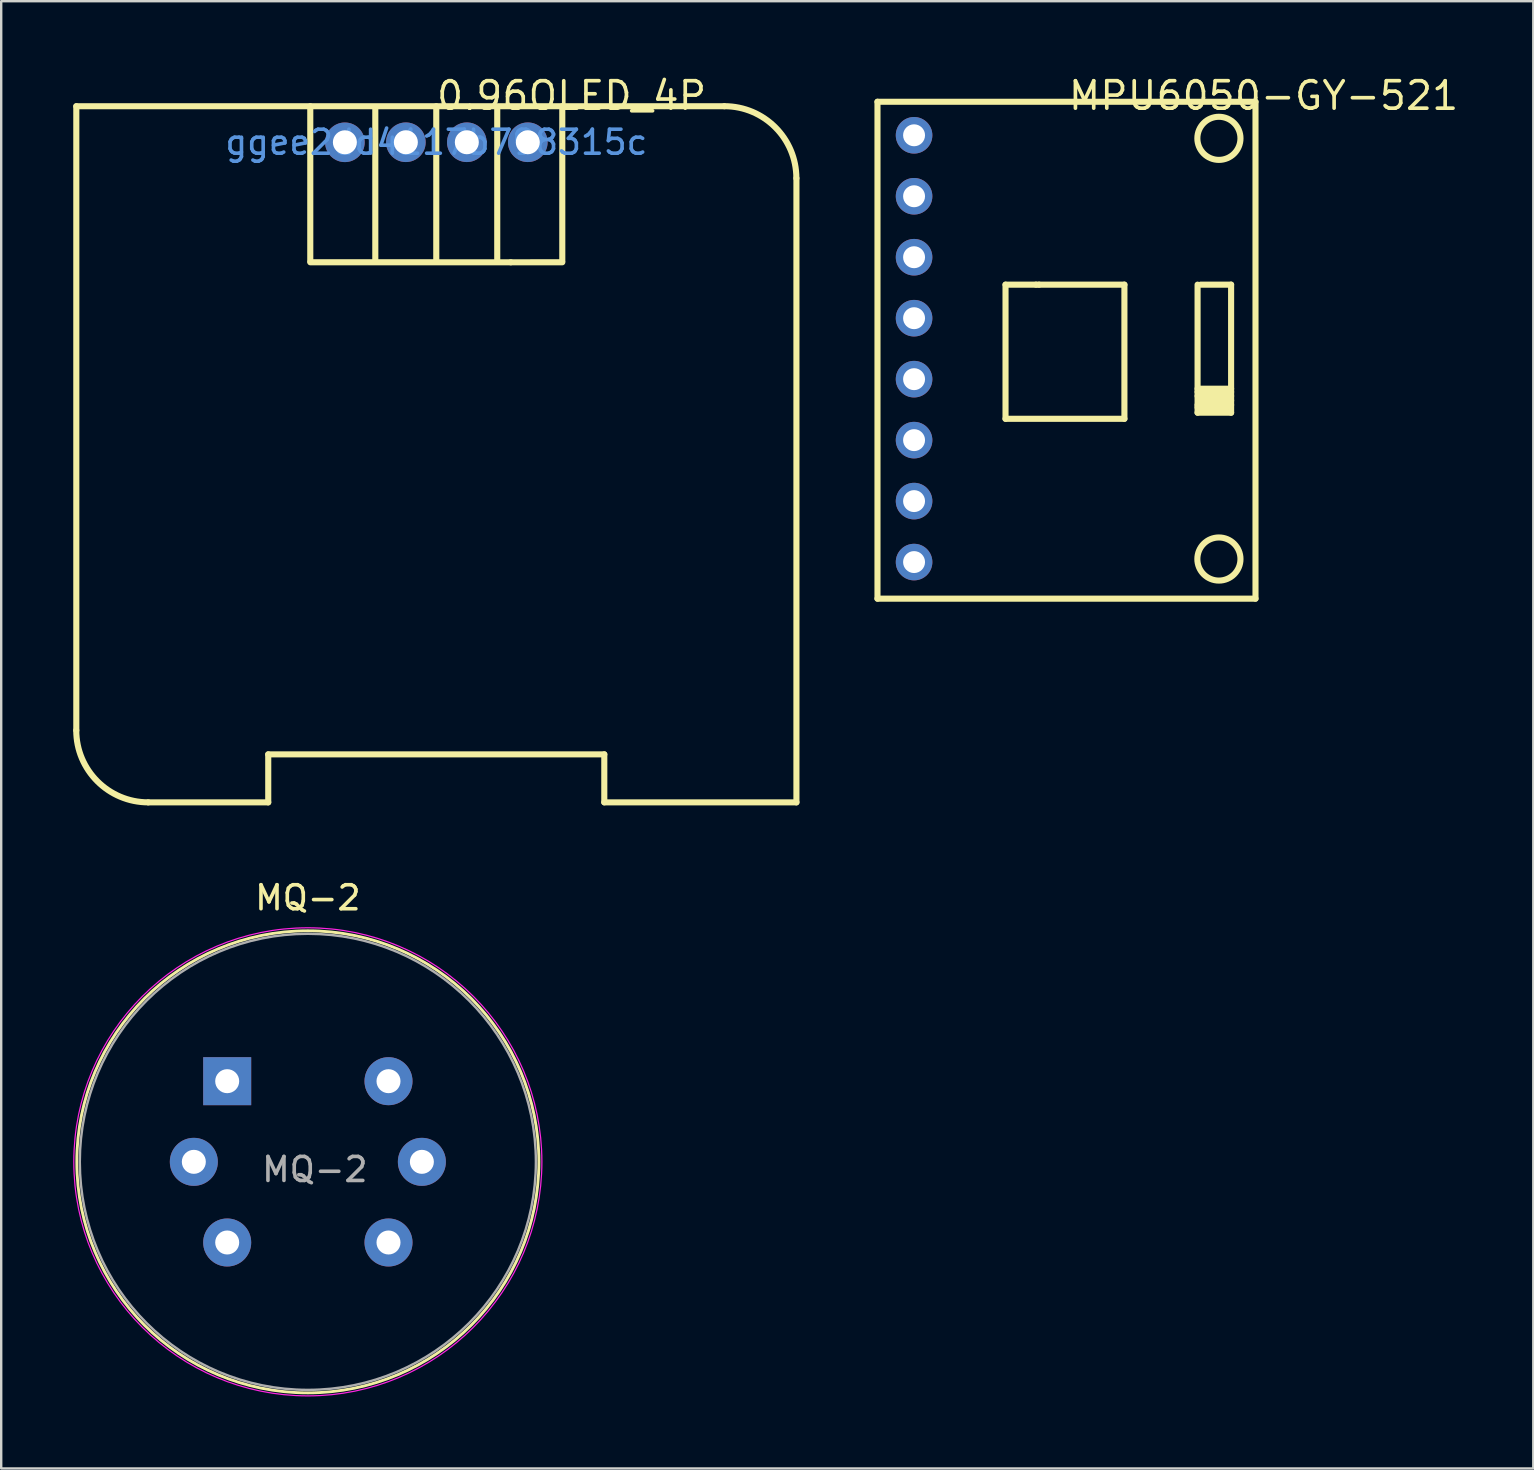
<source format=kicad_pcb>
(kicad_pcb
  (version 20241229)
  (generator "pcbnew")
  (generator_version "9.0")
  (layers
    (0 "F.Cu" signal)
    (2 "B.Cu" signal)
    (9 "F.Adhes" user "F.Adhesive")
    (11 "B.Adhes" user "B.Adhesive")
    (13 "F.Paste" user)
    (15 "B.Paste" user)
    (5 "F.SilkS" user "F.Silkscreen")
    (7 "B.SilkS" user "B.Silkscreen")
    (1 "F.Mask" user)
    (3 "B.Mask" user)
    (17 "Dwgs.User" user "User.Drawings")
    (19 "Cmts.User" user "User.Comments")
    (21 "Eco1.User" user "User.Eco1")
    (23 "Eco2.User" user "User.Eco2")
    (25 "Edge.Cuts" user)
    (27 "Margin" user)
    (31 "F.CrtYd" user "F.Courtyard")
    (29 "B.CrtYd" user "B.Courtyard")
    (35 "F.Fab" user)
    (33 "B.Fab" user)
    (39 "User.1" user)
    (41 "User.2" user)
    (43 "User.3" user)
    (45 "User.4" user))
  (footprint "MPU6050-GY-521"
    (layer "F.Cu")
    (at 33.506 1.189)
    (property "Reference" "MPU6050-GY-521" (at 7.874 -0.254 0) (layer "F.SilkS") (effects (font (size 1.143 1.143) (thickness 0.152)) (justify left)))
    (attr through_hole)
    (fp_line (start 0 0) (end 15.748 0) (stroke (width 0.254) (type solid)) (layer "F.SilkS"))
    (fp_line (start 0 20.701) (end 0 0) (stroke (width 0.254) (type solid)) (layer "F.SilkS"))
    (fp_line (start 5.334 7.62) (end 5.334 13.208) (stroke (width 0.254) (type solid)) (layer "F.SilkS"))
    (fp_line (start 5.334 13.208) (end 10.287 13.208) (stroke (width 0.254) (type solid)) (layer "F.SilkS"))
    (fp_line (start 6.604 7.62) (end 5.334 7.62) (stroke (width 0.254) (type solid)) (layer "F.SilkS"))
    (fp_line (start 6.731 7.62) (end 6.604 7.62) (stroke (width 0.254) (type solid)) (layer "F.SilkS"))
    (fp_line (start 10.287 7.62) (end 6.731 7.62) (stroke (width 0.254) (type solid)) (layer "F.SilkS"))
    (fp_line (start 10.287 13.208) (end 10.287 7.62) (stroke (width 0.254) (type solid)) (layer "F.SilkS"))
    (fp_line (start 13.335 7.62) (end 13.335 12.954) (stroke (width 0.254) (type solid)) (layer "F.SilkS"))
    (fp_line (start 13.335 11.954) (end 14.732 11.954) (stroke (width 0.254) (type solid)) (layer "F.SilkS"))
    (fp_line (start 13.335 12.089) (end 14.732 12.089) (stroke (width 0.254) (type solid)) (layer "F.SilkS"))
    (fp_line (start 13.335 12.258) (end 14.732 12.258) (stroke (width 0.254) (type solid)) (layer "F.SilkS"))
    (fp_line (start 13.335 12.631) (end 14.732 12.631) (stroke (width 0.254) (type solid)) (layer "F.SilkS"))
    (fp_line (start 13.335 12.733) (end 14.558 12.733) (stroke (width 0.254) (type solid)) (layer "F.SilkS"))
    (fp_line (start 13.335 12.954) (end 14.732 12.954) (stroke (width 0.254) (type solid)) (layer "F.SilkS"))
    (fp_line (start 13.462 12.446) (end 14.732 12.446) (stroke (width 0.254) (type solid)) (layer "F.SilkS"))
    (fp_line (start 14.732 7.62) (end 13.462 7.62) (stroke (width 0.254) (type solid)) (layer "F.SilkS"))
    (fp_line (start 14.732 12.954) (end 14.732 7.62) (stroke (width 0.254) (type solid)) (layer "F.SilkS"))
    (fp_line (start 15.748 0) (end 15.748 20.701) (stroke (width 0.254) (type solid)) (layer "F.SilkS"))
    (fp_line (start 15.748 20.701) (end 0 20.701) (stroke (width 0.254) (type solid)) (layer "F.SilkS"))
    (fp_circle (center 14.224 1.524) (end 15.122 1.524) (stroke (width 0.254) (type solid)) (fill no) (layer "F.SilkS"))
    (fp_circle (center 14.224 19.05) (end 15.122 19.05) (stroke (width 0.254) (type solid)) (fill no) (layer "F.SilkS"))
    (pad "1" thru_hole circle (at 1.524 1.397) (size 1.524 1.524) (drill 0.914) (layers "*.Cu" "*.Paste" "*.Mask"))
    (pad "2" thru_hole circle (at 1.524 3.937) (size 1.524 1.524) (drill 0.914) (layers "*.Cu" "*.Paste" "*.Mask"))
    (pad "3" thru_hole circle (at 1.524 6.477) (size 1.524 1.524) (drill 0.914) (layers "*.Cu" "*.Paste" "*.Mask"))
    (pad "4" thru_hole circle (at 1.524 9.017) (size 1.524 1.524) (drill 0.914) (layers "*.Cu" "*.Paste" "*.Mask"))
    (pad "5" thru_hole circle (at 1.524 11.557) (size 1.524 1.524) (drill 0.914) (layers "*.Cu" "*.Paste" "*.Mask"))
    (pad "6" thru_hole circle (at 1.524 14.097) (size 1.524 1.524) (drill 0.914) (layers "*.Cu" "*.Paste" "*.Mask"))
    (pad "7" thru_hole circle (at 1.524 16.637) (size 1.524 1.524) (drill 0.914) (layers "*.Cu" "*.Paste" "*.Mask"))
    (pad "8" thru_hole circle (at 1.524 19.177) (size 1.524 1.524) (drill 0.914) (layers "*.Cu" "*.Paste" "*.Mask")))
  (footprint "0.96OLED_4P"
    (layer "F.Cu")
    (at 15.128 2.877)
    (property "Reference" "0.96OLED_4P" (at -0.072 -1.942 0) (layer "F.SilkS") (effects (font (size 1.143 1.143) (thickness 0.152)) (justify left)))
    (attr through_hole)
    (fp_line (start -14.999 -1.501) (end -14.999 24.499) (stroke (width 0.254) (type solid)) (layer "F.SilkS"))
    (fp_line (start -14.999 -1.501) (end 11.997 -1.501) (stroke (width 0.254) (type solid)) (layer "F.SilkS"))
    (fp_line (start -12.003 27.499) (end -7.003 27.499) (stroke (width 0.254) (type solid)) (layer "F.SilkS"))
    (fp_line (start -7.003 25.5) (end 6.997 25.5) (stroke (width 0.254) (type solid)) (layer "F.SilkS"))
    (fp_line (start -7.003 27.499) (end -7.003 25.5) (stroke (width 0.254) (type solid)) (layer "F.SilkS"))
    (fp_line (start -5.252 -1.501) (end -5.252 4.952) (stroke (width 0.254) (type solid)) (layer "F.SilkS"))
    (fp_line (start -5.252 4.999) (end 3.101 5) (stroke (width 0.254) (type solid)) (layer "F.SilkS"))
    (fp_line (start -2.543 4.952) (end -2.543 -1.398) (stroke (width 0.254) (type solid)) (layer "F.SilkS"))
    (fp_line (start -0.003 -1.501) (end -0.003 4.952) (stroke (width 0.254) (type solid)) (layer "F.SilkS"))
    (fp_line (start 2.537 4.952) (end 2.537 -1.398) (stroke (width 0.254) (type solid)) (layer "F.SilkS"))
    (fp_line (start 3.101 5) (end 5.247 4.999) (stroke (width 0.254) (type solid)) (layer "F.SilkS"))
    (fp_line (start 5.247 4.952) (end 5.247 -1.503) (stroke (width 0.254) (type solid)) (layer "F.SilkS"))
    (fp_line (start 6.997 27.498) (end 6.997 25.499) (stroke (width 0.254) (type solid)) (layer "F.SilkS"))
    (fp_line (start 6.997 27.499) (end 15.001 27.499) (stroke (width 0.254) (type solid)) (layer "F.SilkS"))
    (fp_line (start 15.001 1.499) (end 15.001 27.499) (stroke (width 0.254) (type solid)) (layer "F.SilkS"))
    (fp_arc (start -12.001 27.499) (mid -14.122135 26.620506) (end -15.001 24.499524) (stroke (width 0.254) (type solid)) (layer "F.SilkS"))
    (fp_arc (start 11.999 -1.503) (mid 14.121042 -0.623598) (end 14.998999 1.499042) (stroke (width 0.254) (type solid)) (layer "F.SilkS"))
    (fp_text user "ggee2dd4117b798315c" (at 0 0 0) (layer "Cmts.User") (effects (font (size 1 1) (thickness 0.15))))
    (pad "1" thru_hole circle (at -3.81 0.001) (size 1.65 1.65) (drill 1) (layers "*.Cu" "*.Paste" "*.Mask"))
    (pad "2" thru_hole circle (at -1.27 -0.001) (size 1.65 1.65) (drill 1) (layers "*.Cu" "*.Paste" "*.Mask"))
    (pad "3" thru_hole circle (at 1.27 -0.001) (size 1.65 1.65) (drill 1) (layers "*.Cu" "*.Paste" "*.Mask"))
    (pad "4" thru_hole circle (at 3.81 -0.001) (size 1.65 1.65) (drill 1) (layers "*.Cu" "*.Paste" "*.Mask")))
  (footprint "MQ-2"
    (layer "F.Cu")
    (at 6.415 41.992)
    (property "Reference" "MQ-2" (at 3.36 -7.64 0) (layer "F.SilkS") (effects (font (size 1 1) (thickness 0.15))))
    (attr through_hole)
    (fp_circle (center 3.36 3.36) (end 12.985 3.36) (stroke (width 0.12) (type solid)) (fill no) (layer "F.SilkS"))
    (fp_circle (center 3.36 3.36) (end 13.11 3.36) (stroke (width 0.05) (type solid)) (fill no) (layer "F.CrtYd"))
    (fp_circle (center 3.36 3.36) (end 12.86 3.36) (stroke (width 0.1) (type solid)) (fill no) (layer "F.Fab"))
    (fp_text user "${REFERENCE}" (at 3.65 3.68 0) (layer "F.Fab") (effects (font (size 1 1) (thickness 0.15))))
    (pad "1" thru_hole rect (at 0 0) (size 2 2) (drill 1) (layers "*.Cu" "*.Mask"))
    (pad "2" thru_hole circle (at -1.39 3.36) (size 2 2) (drill 1) (layers "*.Cu" "*.Mask"))
    (pad "3" thru_hole circle (at 0 6.72 90) (size 2 2) (drill 1) (layers "*.Cu" "*.Mask"))
    (pad "4" thru_hole circle (at 6.72 6.72 180) (size 2 2) (drill 1) (layers "*.Cu" "*.Mask"))
    (pad "5" thru_hole circle (at 8.11 3.36) (size 2 2) (drill 1) (layers "*.Cu" "*.Mask"))
    (pad "6" thru_hole circle (at 6.72 0 270) (size 2 2) (drill 1) (layers "*.Cu" "*.Mask")))
  (gr_rect
    (start -3 -3)
    (end 60.827 58.127)
    (stroke (width 0.1) (type default))
    (fill no)
    (layer "Edge.Cuts")))
</source>
